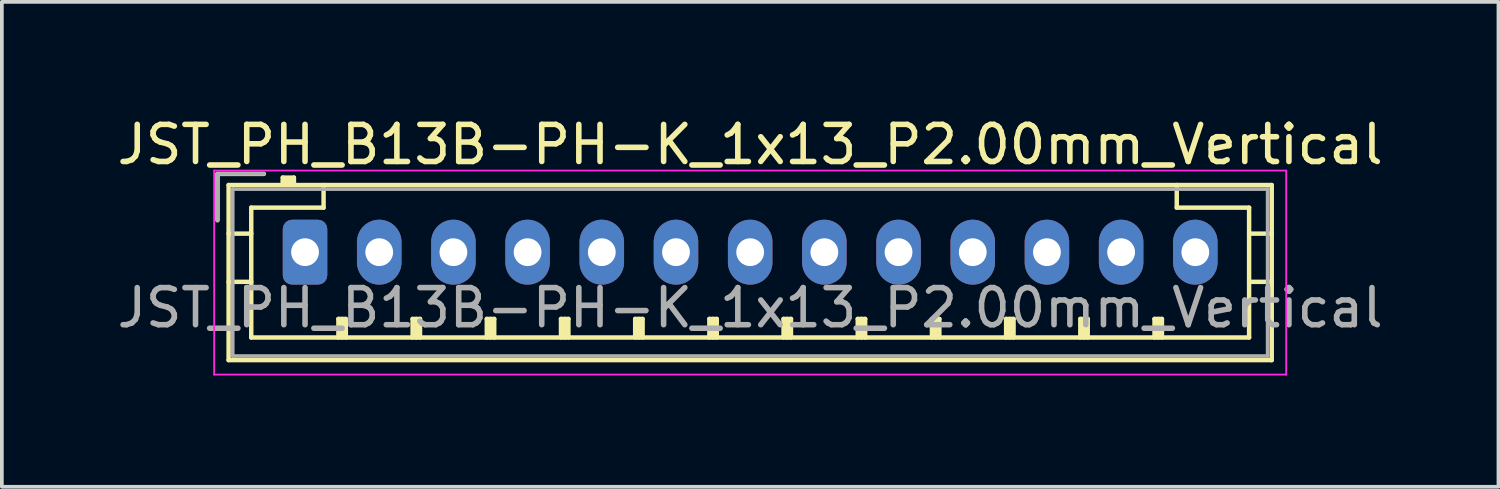
<source format=kicad_pcb>
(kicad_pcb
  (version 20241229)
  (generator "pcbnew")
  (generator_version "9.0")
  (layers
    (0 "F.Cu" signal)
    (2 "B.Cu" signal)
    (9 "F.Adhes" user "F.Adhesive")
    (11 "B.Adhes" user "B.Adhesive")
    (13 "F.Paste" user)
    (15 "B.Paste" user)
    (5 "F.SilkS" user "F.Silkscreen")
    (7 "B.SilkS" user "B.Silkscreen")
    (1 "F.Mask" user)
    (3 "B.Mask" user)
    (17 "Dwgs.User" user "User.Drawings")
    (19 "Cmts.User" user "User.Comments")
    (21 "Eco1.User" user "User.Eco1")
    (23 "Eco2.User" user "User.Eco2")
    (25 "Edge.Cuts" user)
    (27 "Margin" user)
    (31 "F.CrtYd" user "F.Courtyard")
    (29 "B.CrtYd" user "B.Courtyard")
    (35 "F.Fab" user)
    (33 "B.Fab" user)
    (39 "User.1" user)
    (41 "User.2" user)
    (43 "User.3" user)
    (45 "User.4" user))
  (footprint "JST_PH_B13B-PH-K_1x13_P2.00mm_Vertical"
    (layer "F.Cu")
    (at 5.173 3.748)
    (property "Reference" "JST_PH_B13B-PH-K_1x13_P2.00mm_Vertical" (at 12 -2.9 0) (layer "F.SilkS") (effects (font (size 1 1) (thickness 0.15))))
    (attr through_hole)
    (fp_line (start -2.36 -2.11) (end -2.36 -0.86) (stroke (width 0.12) (type solid)) (layer "F.SilkS"))
    (fp_line (start -2.06 -1.81) (end -2.06 2.91) (stroke (width 0.12) (type solid)) (layer "F.SilkS"))
    (fp_line (start -2.06 -0.5) (end -1.45 -0.5) (stroke (width 0.12) (type solid)) (layer "F.SilkS"))
    (fp_line (start -2.06 0.8) (end -1.45 0.8) (stroke (width 0.12) (type solid)) (layer "F.SilkS"))
    (fp_line (start -2.06 2.91) (end 26.06 2.91) (stroke (width 0.12) (type solid)) (layer "F.SilkS"))
    (fp_line (start -1.45 -1.2) (end -1.45 2.3) (stroke (width 0.12) (type solid)) (layer "F.SilkS"))
    (fp_line (start -1.45 2.3) (end 25.45 2.3) (stroke (width 0.12) (type solid)) (layer "F.SilkS"))
    (fp_line (start -1.11 -2.11) (end -2.36 -2.11) (stroke (width 0.12) (type solid)) (layer "F.SilkS"))
    (fp_line (start -0.6 -2.01) (end -0.6 -1.81) (stroke (width 0.12) (type solid)) (layer "F.SilkS"))
    (fp_line (start -0.3 -2.01) (end -0.6 -2.01) (stroke (width 0.12) (type solid)) (layer "F.SilkS"))
    (fp_line (start -0.3 -1.91) (end -0.6 -1.91) (stroke (width 0.12) (type solid)) (layer "F.SilkS"))
    (fp_line (start -0.3 -1.81) (end -0.3 -2.01) (stroke (width 0.12) (type solid)) (layer "F.SilkS"))
    (fp_line (start 0.5 -1.81) (end 0.5 -1.2) (stroke (width 0.12) (type solid)) (layer "F.SilkS"))
    (fp_line (start 0.5 -1.2) (end -1.45 -1.2) (stroke (width 0.12) (type solid)) (layer "F.SilkS"))
    (fp_line (start 0.9 1.8) (end 1.1 1.8) (stroke (width 0.12) (type solid)) (layer "F.SilkS"))
    (fp_line (start 0.9 2.3) (end 0.9 1.8) (stroke (width 0.12) (type solid)) (layer "F.SilkS"))
    (fp_line (start 1 2.3) (end 1 1.8) (stroke (width 0.12) (type solid)) (layer "F.SilkS"))
    (fp_line (start 1.1 1.8) (end 1.1 2.3) (stroke (width 0.12) (type solid)) (layer "F.SilkS"))
    (fp_line (start 2.9 1.8) (end 3.1 1.8) (stroke (width 0.12) (type solid)) (layer "F.SilkS"))
    (fp_line (start 2.9 2.3) (end 2.9 1.8) (stroke (width 0.12) (type solid)) (layer "F.SilkS"))
    (fp_line (start 3 2.3) (end 3 1.8) (stroke (width 0.12) (type solid)) (layer "F.SilkS"))
    (fp_line (start 3.1 1.8) (end 3.1 2.3) (stroke (width 0.12) (type solid)) (layer "F.SilkS"))
    (fp_line (start 4.9 1.8) (end 5.1 1.8) (stroke (width 0.12) (type solid)) (layer "F.SilkS"))
    (fp_line (start 4.9 2.3) (end 4.9 1.8) (stroke (width 0.12) (type solid)) (layer "F.SilkS"))
    (fp_line (start 5 2.3) (end 5 1.8) (stroke (width 0.12) (type solid)) (layer "F.SilkS"))
    (fp_line (start 5.1 1.8) (end 5.1 2.3) (stroke (width 0.12) (type solid)) (layer "F.SilkS"))
    (fp_line (start 6.9 1.8) (end 7.1 1.8) (stroke (width 0.12) (type solid)) (layer "F.SilkS"))
    (fp_line (start 6.9 2.3) (end 6.9 1.8) (stroke (width 0.12) (type solid)) (layer "F.SilkS"))
    (fp_line (start 7 2.3) (end 7 1.8) (stroke (width 0.12) (type solid)) (layer "F.SilkS"))
    (fp_line (start 7.1 1.8) (end 7.1 2.3) (stroke (width 0.12) (type solid)) (layer "F.SilkS"))
    (fp_line (start 8.9 1.8) (end 9.1 1.8) (stroke (width 0.12) (type solid)) (layer "F.SilkS"))
    (fp_line (start 8.9 2.3) (end 8.9 1.8) (stroke (width 0.12) (type solid)) (layer "F.SilkS"))
    (fp_line (start 9 2.3) (end 9 1.8) (stroke (width 0.12) (type solid)) (layer "F.SilkS"))
    (fp_line (start 9.1 1.8) (end 9.1 2.3) (stroke (width 0.12) (type solid)) (layer "F.SilkS"))
    (fp_line (start 10.9 1.8) (end 11.1 1.8) (stroke (width 0.12) (type solid)) (layer "F.SilkS"))
    (fp_line (start 10.9 2.3) (end 10.9 1.8) (stroke (width 0.12) (type solid)) (layer "F.SilkS"))
    (fp_line (start 11 2.3) (end 11 1.8) (stroke (width 0.12) (type solid)) (layer "F.SilkS"))
    (fp_line (start 11.1 1.8) (end 11.1 2.3) (stroke (width 0.12) (type solid)) (layer "F.SilkS"))
    (fp_line (start 12.9 1.8) (end 13.1 1.8) (stroke (width 0.12) (type solid)) (layer "F.SilkS"))
    (fp_line (start 12.9 2.3) (end 12.9 1.8) (stroke (width 0.12) (type solid)) (layer "F.SilkS"))
    (fp_line (start 13 2.3) (end 13 1.8) (stroke (width 0.12) (type solid)) (layer "F.SilkS"))
    (fp_line (start 13.1 1.8) (end 13.1 2.3) (stroke (width 0.12) (type solid)) (layer "F.SilkS"))
    (fp_line (start 14.9 1.8) (end 15.1 1.8) (stroke (width 0.12) (type solid)) (layer "F.SilkS"))
    (fp_line (start 14.9 2.3) (end 14.9 1.8) (stroke (width 0.12) (type solid)) (layer "F.SilkS"))
    (fp_line (start 15 2.3) (end 15 1.8) (stroke (width 0.12) (type solid)) (layer "F.SilkS"))
    (fp_line (start 15.1 1.8) (end 15.1 2.3) (stroke (width 0.12) (type solid)) (layer "F.SilkS"))
    (fp_line (start 16.9 1.8) (end 17.1 1.8) (stroke (width 0.12) (type solid)) (layer "F.SilkS"))
    (fp_line (start 16.9 2.3) (end 16.9 1.8) (stroke (width 0.12) (type solid)) (layer "F.SilkS"))
    (fp_line (start 17 2.3) (end 17 1.8) (stroke (width 0.12) (type solid)) (layer "F.SilkS"))
    (fp_line (start 17.1 1.8) (end 17.1 2.3) (stroke (width 0.12) (type solid)) (layer "F.SilkS"))
    (fp_line (start 18.9 1.8) (end 19.1 1.8) (stroke (width 0.12) (type solid)) (layer "F.SilkS"))
    (fp_line (start 18.9 2.3) (end 18.9 1.8) (stroke (width 0.12) (type solid)) (layer "F.SilkS"))
    (fp_line (start 19 2.3) (end 19 1.8) (stroke (width 0.12) (type solid)) (layer "F.SilkS"))
    (fp_line (start 19.1 1.8) (end 19.1 2.3) (stroke (width 0.12) (type solid)) (layer "F.SilkS"))
    (fp_line (start 20.9 1.8) (end 21.1 1.8) (stroke (width 0.12) (type solid)) (layer "F.SilkS"))
    (fp_line (start 20.9 2.3) (end 20.9 1.8) (stroke (width 0.12) (type solid)) (layer "F.SilkS"))
    (fp_line (start 21 2.3) (end 21 1.8) (stroke (width 0.12) (type solid)) (layer "F.SilkS"))
    (fp_line (start 21.1 1.8) (end 21.1 2.3) (stroke (width 0.12) (type solid)) (layer "F.SilkS"))
    (fp_line (start 22.9 1.8) (end 23.1 1.8) (stroke (width 0.12) (type solid)) (layer "F.SilkS"))
    (fp_line (start 22.9 2.3) (end 22.9 1.8) (stroke (width 0.12) (type solid)) (layer "F.SilkS"))
    (fp_line (start 23 2.3) (end 23 1.8) (stroke (width 0.12) (type solid)) (layer "F.SilkS"))
    (fp_line (start 23.1 1.8) (end 23.1 2.3) (stroke (width 0.12) (type solid)) (layer "F.SilkS"))
    (fp_line (start 23.5 -1.2) (end 23.5 -1.81) (stroke (width 0.12) (type solid)) (layer "F.SilkS"))
    (fp_line (start 25.45 -1.2) (end 23.5 -1.2) (stroke (width 0.12) (type solid)) (layer "F.SilkS"))
    (fp_line (start 25.45 2.3) (end 25.45 -1.2) (stroke (width 0.12) (type solid)) (layer "F.SilkS"))
    (fp_line (start 26.06 -1.81) (end -2.06 -1.81) (stroke (width 0.12) (type solid)) (layer "F.SilkS"))
    (fp_line (start 26.06 -0.5) (end 25.45 -0.5) (stroke (width 0.12) (type solid)) (layer "F.SilkS"))
    (fp_line (start 26.06 0.8) (end 25.45 0.8) (stroke (width 0.12) (type solid)) (layer "F.SilkS"))
    (fp_line (start 26.06 2.91) (end 26.06 -1.81) (stroke (width 0.12) (type solid)) (layer "F.SilkS"))
    (fp_line (start -2.45 -2.2) (end -2.45 3.3) (stroke (width 0.05) (type solid)) (layer "F.CrtYd"))
    (fp_line (start -2.45 3.3) (end 26.45 3.3) (stroke (width 0.05) (type solid)) (layer "F.CrtYd"))
    (fp_line (start 26.45 -2.2) (end -2.45 -2.2) (stroke (width 0.05) (type solid)) (layer "F.CrtYd"))
    (fp_line (start 26.45 3.3) (end 26.45 -2.2) (stroke (width 0.05) (type solid)) (layer "F.CrtYd"))
    (fp_line (start -2.36 -2.11) (end -2.36 -0.86) (stroke (width 0.1) (type solid)) (layer "F.Fab"))
    (fp_line (start -1.95 -1.7) (end -1.95 2.8) (stroke (width 0.1) (type solid)) (layer "F.Fab"))
    (fp_line (start -1.95 2.8) (end 25.95 2.8) (stroke (width 0.1) (type solid)) (layer "F.Fab"))
    (fp_line (start -1.11 -2.11) (end -2.36 -2.11) (stroke (width 0.1) (type solid)) (layer "F.Fab"))
    (fp_line (start 25.95 -1.7) (end -1.95 -1.7) (stroke (width 0.1) (type solid)) (layer "F.Fab"))
    (fp_line (start 25.95 2.8) (end 25.95 -1.7) (stroke (width 0.1) (type solid)) (layer "F.Fab"))
    (fp_text user "${REFERENCE}" (at 12 1.5 0) (layer "F.Fab") (effects (font (size 1 1) (thickness 0.15))))
    (pad "1" thru_hole roundrect (at 0 0) (size 1.2 1.75) (drill 0.75) (layers "*.Cu" "*.Mask") (roundrect_rratio 0.208))
    (pad "2" thru_hole oval (at 2 0) (size 1.2 1.75) (drill 0.75) (layers "*.Cu" "*.Mask"))
    (pad "3" thru_hole oval (at 4 0) (size 1.2 1.75) (drill 0.75) (layers "*.Cu" "*.Mask"))
    (pad "4" thru_hole oval (at 6 0) (size 1.2 1.75) (drill 0.75) (layers "*.Cu" "*.Mask"))
    (pad "5" thru_hole oval (at 8 0) (size 1.2 1.75) (drill 0.75) (layers "*.Cu" "*.Mask"))
    (pad "6" thru_hole oval (at 10 0) (size 1.2 1.75) (drill 0.75) (layers "*.Cu" "*.Mask"))
    (pad "7" thru_hole oval (at 12 0) (size 1.2 1.75) (drill 0.75) (layers "*.Cu" "*.Mask"))
    (pad "8" thru_hole oval (at 14 0) (size 1.2 1.75) (drill 0.75) (layers "*.Cu" "*.Mask"))
    (pad "9" thru_hole oval (at 16 0) (size 1.2 1.75) (drill 0.75) (layers "*.Cu" "*.Mask"))
    (pad "10" thru_hole oval (at 18 0) (size 1.2 1.75) (drill 0.75) (layers "*.Cu" "*.Mask"))
    (pad "11" thru_hole oval (at 20 0) (size 1.2 1.75) (drill 0.75) (layers "*.Cu" "*.Mask"))
    (pad "12" thru_hole oval (at 22 0) (size 1.2 1.75) (drill 0.75) (layers "*.Cu" "*.Mask"))
    (pad "13" thru_hole oval (at 24 0) (size 1.2 1.75) (drill 0.75) (layers "*.Cu" "*.Mask")))
  (gr_rect
    (start -3 -3)
    (end 37.345 10.073)
    (stroke (width 0.1) (type default))
    (fill no)
    (layer "Edge.Cuts")))
</source>
